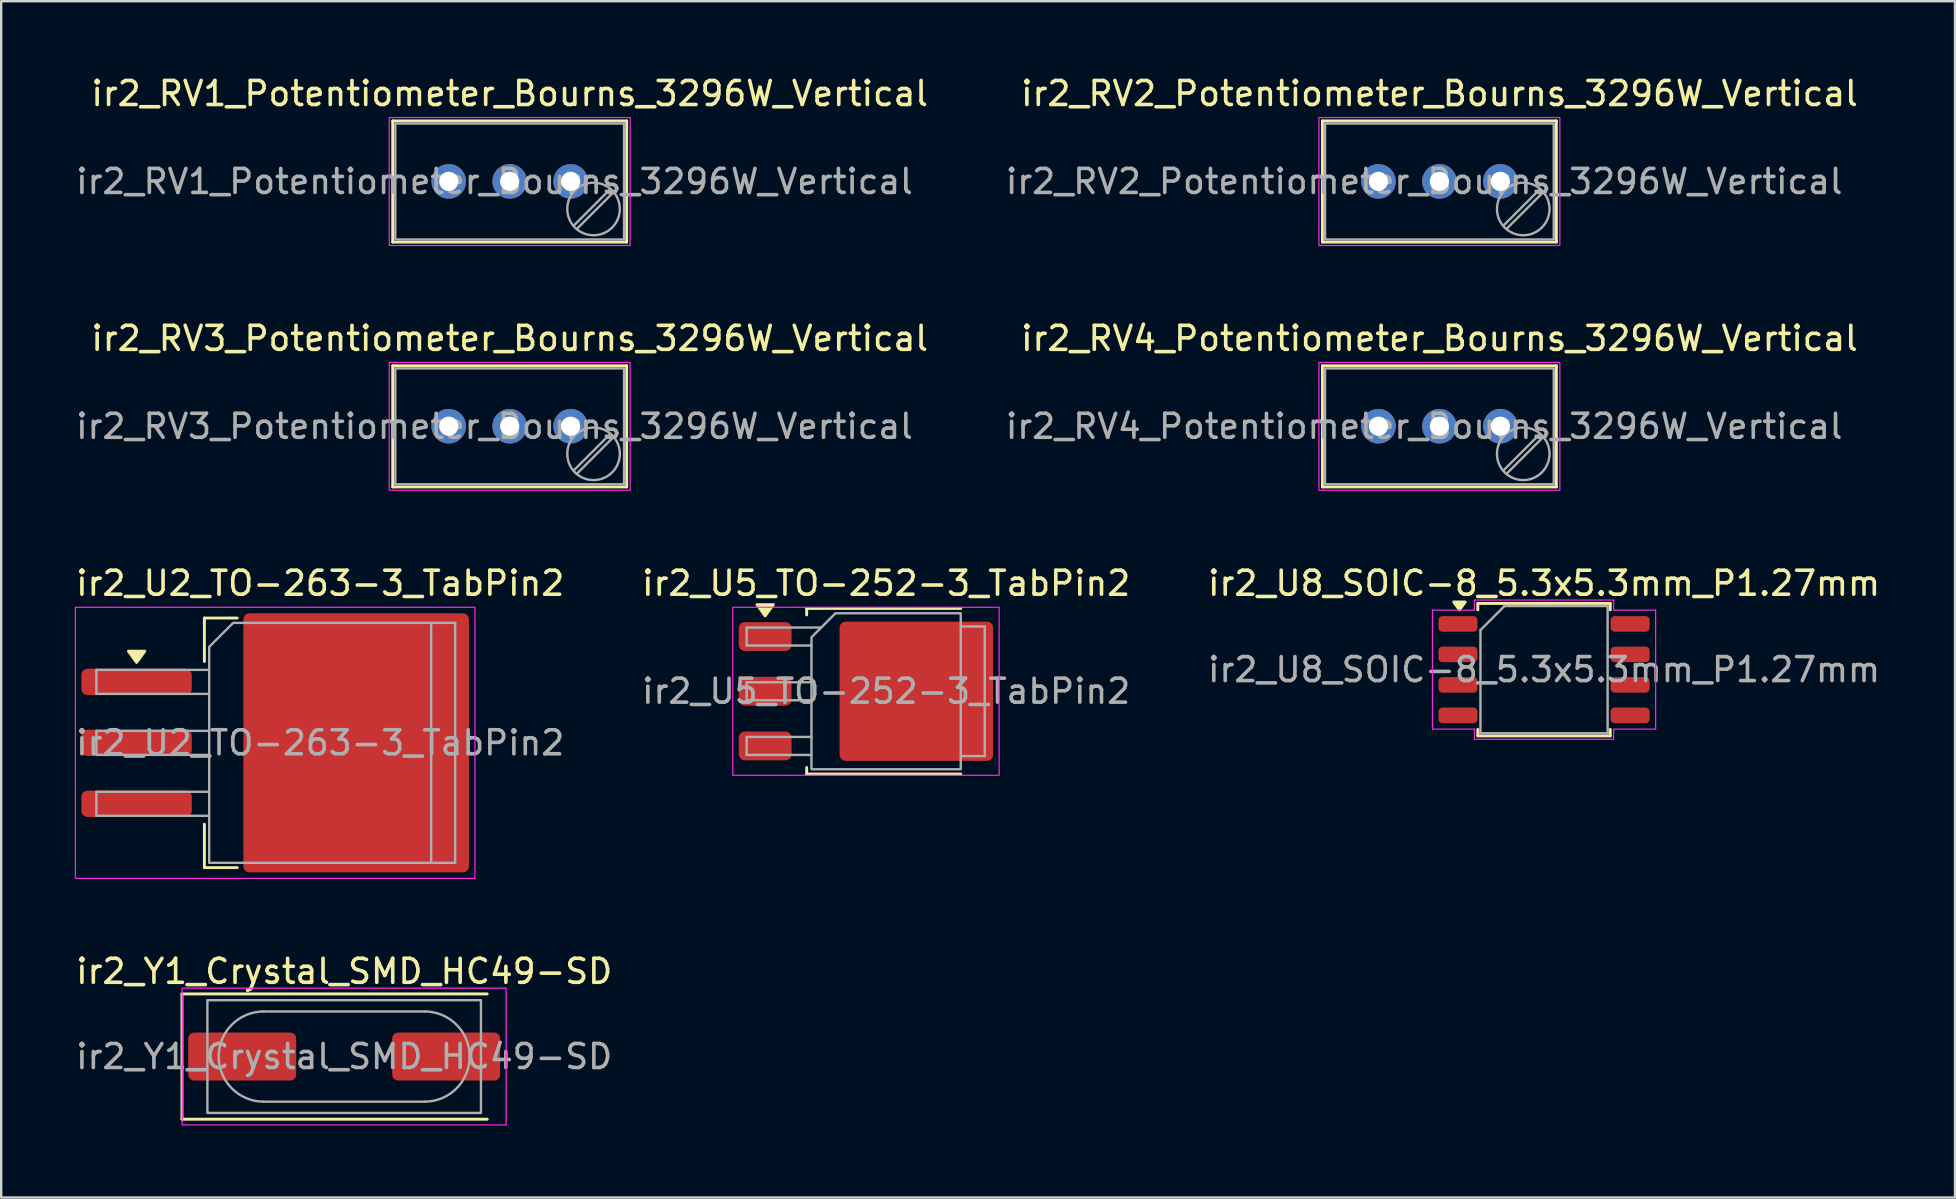
<source format=kicad_pcb>
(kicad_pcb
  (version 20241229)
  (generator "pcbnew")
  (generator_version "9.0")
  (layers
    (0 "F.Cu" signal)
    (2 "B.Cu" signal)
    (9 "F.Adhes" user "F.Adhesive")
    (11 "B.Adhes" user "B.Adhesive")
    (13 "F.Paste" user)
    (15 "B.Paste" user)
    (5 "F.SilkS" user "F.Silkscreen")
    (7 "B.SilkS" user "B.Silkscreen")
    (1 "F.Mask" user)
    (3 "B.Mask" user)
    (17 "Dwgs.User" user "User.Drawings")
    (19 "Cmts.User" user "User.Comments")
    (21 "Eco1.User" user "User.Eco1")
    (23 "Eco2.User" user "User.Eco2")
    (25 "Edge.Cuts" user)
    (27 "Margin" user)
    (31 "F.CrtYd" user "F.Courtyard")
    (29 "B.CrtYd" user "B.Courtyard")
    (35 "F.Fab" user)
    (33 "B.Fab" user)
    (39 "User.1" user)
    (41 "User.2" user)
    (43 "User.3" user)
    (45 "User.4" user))
  (footprint "ir2_U5_TO-252-3_TabPin2"
    (layer "F.Cu")
    (at 33.875 25.755)
    (property "Reference" "ir2_U5_TO-252-3_TabPin2" (at 0 -4.5 0) (layer "F.SilkS") (effects (font (size 1 1) (thickness 0.15))))
    (attr smd)
    (fp_line (start -3.31 -3.45) (end -3.31 -3.18) (stroke (width 0.12) (type solid)) (layer "F.SilkS"))
    (fp_line (start -3.31 3.45) (end -3.31 3.18) (stroke (width 0.12) (type solid)) (layer "F.SilkS"))
    (fp_line (start 3.11 -3.45) (end -3.31 -3.45) (stroke (width 0.12) (type solid)) (layer "F.SilkS"))
    (fp_line (start 3.11 3.45) (end -3.31 3.45) (stroke (width 0.12) (type solid)) (layer "F.SilkS"))
    (fp_poly (pts (xy -5.04 -3.14) (xy -5.38 -3.61) (xy -4.7 -3.61)) (stroke (width 0.12) (type solid)) (fill yes) (layer "F.SilkS"))
    (fp_rect (start -6.39 -3.5) (end 4.71 3.5) (stroke (width 0.05) (type solid)) (fill no) (layer "F.CrtYd"))
    (fp_line (start -5.81 -2.655) (end -5.81 -1.905) (stroke (width 0.1) (type solid)) (layer "F.Fab"))
    (fp_line (start -5.81 -1.905) (end -3.11 -1.905) (stroke (width 0.1) (type solid)) (layer "F.Fab"))
    (fp_line (start -5.81 -0.375) (end -5.81 0.375) (stroke (width 0.1) (type solid)) (layer "F.Fab"))
    (fp_line (start -5.81 0.375) (end -3.11 0.375) (stroke (width 0.1) (type solid)) (layer "F.Fab"))
    (fp_line (start -5.81 1.905) (end -5.81 2.655) (stroke (width 0.1) (type solid)) (layer "F.Fab"))
    (fp_line (start -5.81 2.655) (end -3.11 2.655) (stroke (width 0.1) (type solid)) (layer "F.Fab"))
    (fp_line (start -3.11 -0.375) (end -5.81 -0.375) (stroke (width 0.1) (type solid)) (layer "F.Fab"))
    (fp_line (start -3.11 1.905) (end -5.81 1.905) (stroke (width 0.1) (type solid)) (layer "F.Fab"))
    (fp_line (start -2.705 -2.655) (end -5.81 -2.655) (stroke (width 0.1) (type solid)) (layer "F.Fab"))
    (fp_line (start 3.11 -2.7) (end 4.11 -2.7) (stroke (width 0.1) (type solid)) (layer "F.Fab"))
    (fp_line (start 4.11 -2.7) (end 4.11 2.7) (stroke (width 0.1) (type solid)) (layer "F.Fab"))
    (fp_line (start 4.11 2.7) (end 3.11 2.7) (stroke (width 0.1) (type solid)) (layer "F.Fab"))
    (fp_poly (pts (xy 3.11 -3.25) (xy 3.11 3.25) (xy -3.11 3.25) (xy -3.11 -2.25) (xy -2.11 -3.25)) (stroke (width 0.1) (type solid)) (fill no) (layer "F.Fab"))
    (fp_text user "${REFERENCE}" (at 0 0 0) (layer "F.Fab") (effects (font (size 1 1) (thickness 0.15))))
    (pad "" smd roundrect (at -0.415 -1.525) (size 3.05 2.75) (layers "F.Paste") (roundrect_rratio 0.091))
    (pad "" smd roundrect (at -0.415 1.525) (size 3.05 2.75) (layers "F.Paste") (roundrect_rratio 0.091))
    (pad "" smd roundrect (at 2.935 -1.525) (size 3.05 2.75) (layers "F.Paste") (roundrect_rratio 0.091))
    (pad "" smd roundrect (at 2.935 1.525) (size 3.05 2.75) (layers "F.Paste") (roundrect_rratio 0.091))
    (pad "1" smd roundrect (at -5.04 -2.28) (size 2.2 1.2) (layers "F.Cu" "F.Mask" "F.Paste") (roundrect_rratio 0.208))
    (pad "2" smd roundrect (at -5.04 0) (size 2.2 1.2) (layers "F.Cu" "F.Mask" "F.Paste") (roundrect_rratio 0.208))
    (pad "2" smd roundrect (at 1.26 0) (size 6.4 5.8) (layers "F.Cu" "F.Mask") (roundrect_rratio 0.043))
    (pad "3" smd roundrect (at -5.04 2.28) (size 2.2 1.2) (layers "F.Cu" "F.Mask" "F.Paste") (roundrect_rratio 0.208)))
  (footprint "ir2_Y1_Crystal_SMD_HC49-SD"
    (layer "F.Cu")
    (at 11.292 40.978)
    (property "Reference" "ir2_Y1_Crystal_SMD_HC49-SD" (at 0 -3.55 0) (layer "F.SilkS") (effects (font (size 1 1) (thickness 0.15))))
    (attr smd)
    (fp_line (start -6.76 -2.61) (end -6.76 2.61) (stroke (width 0.12) (type solid)) (layer "F.SilkS"))
    (fp_line (start -6.76 2.61) (end 5.96 2.61) (stroke (width 0.12) (type solid)) (layer "F.SilkS"))
    (fp_line (start 5.96 -2.61) (end -6.76 -2.61) (stroke (width 0.12) (type solid)) (layer "F.SilkS"))
    (fp_rect (start -6.75 -2.85) (end 6.75 2.85) (stroke (width 0.05) (type solid)) (fill no) (layer "F.CrtYd"))
    (fp_line (start -3.35 -1.88) (end 3.35 -1.88) (stroke (width 0.1) (type solid)) (layer "F.Fab"))
    (fp_line (start 3.35 1.88) (end -3.35 1.88) (stroke (width 0.1) (type solid)) (layer "F.Fab"))
    (fp_rect (start -5.7 -2.35) (end 5.7 2.35) (stroke (width 0.1) (type solid)) (fill no) (layer "F.Fab"))
    (fp_arc (start -3.35 1.88) (mid -5.23 0) (end -3.35 -1.88) (stroke (width 0.1) (type solid)) (layer "F.Fab"))
    (fp_arc (start 3.35 -1.88) (mid 5.23 0) (end 3.35 1.88) (stroke (width 0.1) (type solid)) (layer "F.Fab"))
    (fp_text user "${REFERENCE}" (at 0 0 0) (layer "F.Fab") (effects (font (size 1 1) (thickness 0.15))))
    (pad "1" smd roundrect (at -4.25 0) (size 4.5 2) (layers "F.Cu" "F.Mask" "F.Paste") (roundrect_rratio 0.125))
    (pad "2" smd roundrect (at 4.25 0) (size 4.5 2) (layers "F.Cu" "F.Mask" "F.Paste") (roundrect_rratio 0.125)))
  (footprint "ir2_RV3_Potentiometer_Bourns_3296W_Vertical"
    (layer "F.Cu")
    (at 20.729 14.711)
    (property "Reference" "ir2_RV3_Potentiometer_Bourns_3296W_Vertical" (at -2.54 -3.66 0) (layer "F.SilkS") (effects (font (size 1 1) (thickness 0.15))))
    (attr through_hole)
    (fp_line (start -7.415 -2.52) (end 2.335 -2.52) (stroke (width 0.12) (type solid)) (layer "F.SilkS"))
    (fp_line (start -7.415 2.53) (end -7.415 -2.52) (stroke (width 0.12) (type solid)) (layer "F.SilkS"))
    (fp_line (start 2.335 -2.52) (end 2.335 2.53) (stroke (width 0.12) (type solid)) (layer "F.SilkS"))
    (fp_line (start 2.335 2.53) (end -7.415 2.53) (stroke (width 0.12) (type solid)) (layer "F.SilkS"))
    (fp_rect (start -7.56 -2.66) (end 2.48 2.67) (stroke (width 0.05) (type solid)) (fill no) (layer "F.CrtYd"))
    (fp_line (start 1.652 0.32) (end 0.125 1.847) (stroke (width 0.1) (type solid)) (layer "F.Fab"))
    (fp_line (start 1.785 0.453) (end 0.258 1.98) (stroke (width 0.1) (type solid)) (layer "F.Fab"))
    (fp_rect (start -7.305 -2.41) (end 2.225 2.42) (stroke (width 0.1) (type solid)) (fill no) (layer "F.Fab"))
    (fp_circle (center 0.955 1.15) (end 2.05 1.15) (stroke (width 0.1) (type solid)) (fill no) (layer "F.Fab"))
    (fp_text user "${REFERENCE}" (at -3.175 0.005 0) (layer "F.Fab") (effects (font (size 1 1) (thickness 0.15))))
    (pad "1" thru_hole circle (at 0 0) (size 1.44 1.44) (drill 0.8) (layers "*.Cu" "*.Mask"))
    (pad "2" thru_hole circle (at -2.54 0) (size 1.44 1.44) (drill 0.8) (layers "*.Cu" "*.Mask"))
    (pad "3" thru_hole circle (at -5.08 0) (size 1.44 1.44) (drill 0.8) (layers "*.Cu" "*.Mask")))
  (footprint "ir2_RV1_Potentiometer_Bourns_3296W_Vertical"
    (layer "F.Cu")
    (at 20.729 4.508)
    (property "Reference" "ir2_RV1_Potentiometer_Bourns_3296W_Vertical" (at -2.54 -3.66 0) (layer "F.SilkS") (effects (font (size 1 1) (thickness 0.15))))
    (attr through_hole)
    (fp_line (start -7.415 -2.52) (end 2.335 -2.52) (stroke (width 0.12) (type solid)) (layer "F.SilkS"))
    (fp_line (start -7.415 2.53) (end -7.415 -2.52) (stroke (width 0.12) (type solid)) (layer "F.SilkS"))
    (fp_line (start 2.335 -2.52) (end 2.335 2.53) (stroke (width 0.12) (type solid)) (layer "F.SilkS"))
    (fp_line (start 2.335 2.53) (end -7.415 2.53) (stroke (width 0.12) (type solid)) (layer "F.SilkS"))
    (fp_rect (start -7.56 -2.66) (end 2.48 2.67) (stroke (width 0.05) (type solid)) (fill no) (layer "F.CrtYd"))
    (fp_line (start 1.652 0.32) (end 0.125 1.847) (stroke (width 0.1) (type solid)) (layer "F.Fab"))
    (fp_line (start 1.785 0.453) (end 0.258 1.98) (stroke (width 0.1) (type solid)) (layer "F.Fab"))
    (fp_rect (start -7.305 -2.41) (end 2.225 2.42) (stroke (width 0.1) (type solid)) (fill no) (layer "F.Fab"))
    (fp_circle (center 0.955 1.15) (end 2.05 1.15) (stroke (width 0.1) (type solid)) (fill no) (layer "F.Fab"))
    (fp_text user "${REFERENCE}" (at -3.175 0.005 0) (layer "F.Fab") (effects (font (size 1 1) (thickness 0.15))))
    (pad "1" thru_hole circle (at 0 0) (size 1.44 1.44) (drill 0.8) (layers "*.Cu" "*.Mask"))
    (pad "2" thru_hole circle (at -2.54 0) (size 1.44 1.44) (drill 0.8) (layers "*.Cu" "*.Mask"))
    (pad "3" thru_hole circle (at -5.08 0) (size 1.44 1.44) (drill 0.8) (layers "*.Cu" "*.Mask")))
  (footprint "ir2_U8_SOIC-8_5.3x5.3mm_P1.27mm"
    (layer "F.Cu")
    (at 61.292 24.855)
    (property "Reference" "ir2_U8_SOIC-8_5.3x5.3mm_P1.27mm" (at 0 -3.6 0) (layer "F.SilkS") (effects (font (size 1 1) (thickness 0.15))))
    (attr smd)
    (fp_line (start -2.76 -2.76) (end -2.76 -2.49) (stroke (width 0.12) (type solid)) (layer "F.SilkS"))
    (fp_line (start -2.76 2.76) (end -2.76 2.49) (stroke (width 0.12) (type solid)) (layer "F.SilkS"))
    (fp_line (start 0 -2.76) (end -2.76 -2.76) (stroke (width 0.12) (type solid)) (layer "F.SilkS"))
    (fp_line (start 0 -2.76) (end 2.76 -2.76) (stroke (width 0.12) (type solid)) (layer "F.SilkS"))
    (fp_line (start 0 2.76) (end -2.76 2.76) (stroke (width 0.12) (type solid)) (layer "F.SilkS"))
    (fp_line (start 0 2.76) (end 2.76 2.76) (stroke (width 0.12) (type solid)) (layer "F.SilkS"))
    (fp_line (start 2.76 -2.76) (end 2.76 -2.49) (stroke (width 0.12) (type solid)) (layer "F.SilkS"))
    (fp_line (start 2.76 2.76) (end 2.76 2.49) (stroke (width 0.12) (type solid)) (layer "F.SilkS"))
    (fp_poly (pts (xy -3.525 -2.49) (xy -3.765 -2.82) (xy -3.285 -2.82)) (stroke (width 0.12) (type solid)) (fill yes) (layer "F.SilkS"))
    (fp_line (start -4.65 -2.48) (end -2.9 -2.48) (stroke (width 0.05) (type solid)) (layer "F.CrtYd"))
    (fp_line (start -4.65 2.48) (end -4.65 -2.48) (stroke (width 0.05) (type solid)) (layer "F.CrtYd"))
    (fp_line (start -2.9 -2.9) (end 2.9 -2.9) (stroke (width 0.05) (type solid)) (layer "F.CrtYd"))
    (fp_line (start -2.9 -2.48) (end -2.9 -2.9) (stroke (width 0.05) (type solid)) (layer "F.CrtYd"))
    (fp_line (start -2.9 2.48) (end -4.65 2.48) (stroke (width 0.05) (type solid)) (layer "F.CrtYd"))
    (fp_line (start -2.9 2.9) (end -2.9 2.48) (stroke (width 0.05) (type solid)) (layer "F.CrtYd"))
    (fp_line (start 2.9 -2.9) (end 2.9 -2.48) (stroke (width 0.05) (type solid)) (layer "F.CrtYd"))
    (fp_line (start 2.9 -2.48) (end 4.65 -2.48) (stroke (width 0.05) (type solid)) (layer "F.CrtYd"))
    (fp_line (start 2.9 2.48) (end 2.9 2.9) (stroke (width 0.05) (type solid)) (layer "F.CrtYd"))
    (fp_line (start 2.9 2.9) (end -2.9 2.9) (stroke (width 0.05) (type solid)) (layer "F.CrtYd"))
    (fp_line (start 4.65 -2.48) (end 4.65 2.48) (stroke (width 0.05) (type solid)) (layer "F.CrtYd"))
    (fp_line (start 4.65 2.48) (end 2.9 2.48) (stroke (width 0.05) (type solid)) (layer "F.CrtYd"))
    (fp_line (start -2.65 -1.65) (end -1.65 -2.65) (stroke (width 0.1) (type solid)) (layer "F.Fab"))
    (fp_line (start -2.65 2.65) (end -2.65 -1.65) (stroke (width 0.1) (type solid)) (layer "F.Fab"))
    (fp_line (start -1.65 -2.65) (end 2.65 -2.65) (stroke (width 0.1) (type solid)) (layer "F.Fab"))
    (fp_line (start 2.65 -2.65) (end 2.65 2.65) (stroke (width 0.1) (type solid)) (layer "F.Fab"))
    (fp_line (start 2.65 2.65) (end -2.65 2.65) (stroke (width 0.1) (type solid)) (layer "F.Fab"))
    (fp_text user "${REFERENCE}" (at 0 0 0) (layer "F.Fab") (effects (font (size 1 1) (thickness 0.15))))
    (pad "1" smd roundrect (at -3.587 -1.905) (size 1.625 0.65) (layers "F.Cu" "F.Mask" "F.Paste") (roundrect_rratio 0.25))
    (pad "2" smd roundrect (at -3.587 -0.635) (size 1.625 0.65) (layers "F.Cu" "F.Mask" "F.Paste") (roundrect_rratio 0.25))
    (pad "3" smd roundrect (at -3.587 0.635) (size 1.625 0.65) (layers "F.Cu" "F.Mask" "F.Paste") (roundrect_rratio 0.25))
    (pad "4" smd roundrect (at -3.587 1.905) (size 1.625 0.65) (layers "F.Cu" "F.Mask" "F.Paste") (roundrect_rratio 0.25))
    (pad "5" smd roundrect (at 3.587 1.905) (size 1.625 0.65) (layers "F.Cu" "F.Mask" "F.Paste") (roundrect_rratio 0.25))
    (pad "6" smd roundrect (at 3.587 0.635) (size 1.625 0.65) (layers "F.Cu" "F.Mask" "F.Paste") (roundrect_rratio 0.25))
    (pad "7" smd roundrect (at 3.587 -0.635) (size 1.625 0.65) (layers "F.Cu" "F.Mask" "F.Paste") (roundrect_rratio 0.25))
    (pad "8" smd roundrect (at 3.587 -1.905) (size 1.625 0.65) (layers "F.Cu" "F.Mask" "F.Paste") (roundrect_rratio 0.25)))
  (footprint "ir2_RV2_Potentiometer_Bourns_3296W_Vertical"
    (layer "F.Cu")
    (at 59.471 4.508)
    (property "Reference" "ir2_RV2_Potentiometer_Bourns_3296W_Vertical" (at -2.54 -3.66 0) (layer "F.SilkS") (effects (font (size 1 1) (thickness 0.15))))
    (attr through_hole)
    (fp_line (start -7.415 -2.52) (end 2.335 -2.52) (stroke (width 0.12) (type solid)) (layer "F.SilkS"))
    (fp_line (start -7.415 2.53) (end -7.415 -2.52) (stroke (width 0.12) (type solid)) (layer "F.SilkS"))
    (fp_line (start 2.335 -2.52) (end 2.335 2.53) (stroke (width 0.12) (type solid)) (layer "F.SilkS"))
    (fp_line (start 2.335 2.53) (end -7.415 2.53) (stroke (width 0.12) (type solid)) (layer "F.SilkS"))
    (fp_rect (start -7.56 -2.66) (end 2.48 2.67) (stroke (width 0.05) (type solid)) (fill no) (layer "F.CrtYd"))
    (fp_line (start 1.652 0.32) (end 0.125 1.847) (stroke (width 0.1) (type solid)) (layer "F.Fab"))
    (fp_line (start 1.785 0.453) (end 0.258 1.98) (stroke (width 0.1) (type solid)) (layer "F.Fab"))
    (fp_rect (start -7.305 -2.41) (end 2.225 2.42) (stroke (width 0.1) (type solid)) (fill no) (layer "F.Fab"))
    (fp_circle (center 0.955 1.15) (end 2.05 1.15) (stroke (width 0.1) (type solid)) (fill no) (layer "F.Fab"))
    (fp_text user "${REFERENCE}" (at -3.175 0.005 0) (layer "F.Fab") (effects (font (size 1 1) (thickness 0.15))))
    (pad "1" thru_hole circle (at 0 0) (size 1.44 1.44) (drill 0.8) (layers "*.Cu" "*.Mask"))
    (pad "2" thru_hole circle (at -2.54 0) (size 1.44 1.44) (drill 0.8) (layers "*.Cu" "*.Mask"))
    (pad "3" thru_hole circle (at -5.08 0) (size 1.44 1.44) (drill 0.8) (layers "*.Cu" "*.Mask")))
  (footprint "ir2_RV4_Potentiometer_Bourns_3296W_Vertical"
    (layer "F.Cu")
    (at 59.471 14.711)
    (property "Reference" "ir2_RV4_Potentiometer_Bourns_3296W_Vertical" (at -2.54 -3.66 0) (layer "F.SilkS") (effects (font (size 1 1) (thickness 0.15))))
    (attr through_hole)
    (fp_line (start -7.415 -2.52) (end 2.335 -2.52) (stroke (width 0.12) (type solid)) (layer "F.SilkS"))
    (fp_line (start -7.415 2.53) (end -7.415 -2.52) (stroke (width 0.12) (type solid)) (layer "F.SilkS"))
    (fp_line (start 2.335 -2.52) (end 2.335 2.53) (stroke (width 0.12) (type solid)) (layer "F.SilkS"))
    (fp_line (start 2.335 2.53) (end -7.415 2.53) (stroke (width 0.12) (type solid)) (layer "F.SilkS"))
    (fp_rect (start -7.56 -2.66) (end 2.48 2.67) (stroke (width 0.05) (type solid)) (fill no) (layer "F.CrtYd"))
    (fp_line (start 1.652 0.32) (end 0.125 1.847) (stroke (width 0.1) (type solid)) (layer "F.Fab"))
    (fp_line (start 1.785 0.453) (end 0.258 1.98) (stroke (width 0.1) (type solid)) (layer "F.Fab"))
    (fp_rect (start -7.305 -2.41) (end 2.225 2.42) (stroke (width 0.1) (type solid)) (fill no) (layer "F.Fab"))
    (fp_circle (center 0.955 1.15) (end 2.05 1.15) (stroke (width 0.1) (type solid)) (fill no) (layer "F.Fab"))
    (fp_text user "${REFERENCE}" (at -3.175 0.005 0) (layer "F.Fab") (effects (font (size 1 1) (thickness 0.15))))
    (pad "1" thru_hole circle (at 0 0) (size 1.44 1.44) (drill 0.8) (layers "*.Cu" "*.Mask"))
    (pad "2" thru_hole circle (at -2.54 0) (size 1.44 1.44) (drill 0.8) (layers "*.Cu" "*.Mask"))
    (pad "3" thru_hole circle (at -5.08 0) (size 1.44 1.44) (drill 0.8) (layers "*.Cu" "*.Mask")))
  (footprint "ir2_U2_TO-263-3_TabPin2"
    (layer "F.Cu")
    (at 10.292 27.905)
    (property "Reference" "ir2_U2_TO-263-3_TabPin2" (at 0 -6.65 0) (layer "F.SilkS") (effects (font (size 1 1) (thickness 0.15))))
    (attr smd)
    (fp_line (start -4.825 -5.2) (end -4.825 -3.39) (stroke (width 0.12) (type solid)) (layer "F.SilkS"))
    (fp_line (start -4.825 5.2) (end -4.825 3.39) (stroke (width 0.12) (type solid)) (layer "F.SilkS"))
    (fp_line (start -3.46 -5.2) (end -4.825 -5.2) (stroke (width 0.12) (type solid)) (layer "F.SilkS"))
    (fp_line (start -3.46 5.2) (end -4.825 5.2) (stroke (width 0.12) (type solid)) (layer "F.SilkS"))
    (fp_poly (pts (xy -7.65 -3.35) (xy -7.99 -3.82) (xy -7.31 -3.82)) (stroke (width 0.12) (type solid)) (fill yes) (layer "F.SilkS"))
    (fp_rect (start -10.2 -5.65) (end 6.45 5.65) (stroke (width 0.05) (type solid)) (fill no) (layer "F.CrtYd"))
    (fp_line (start -9.325 -3.04) (end -9.325 -2.04) (stroke (width 0.1) (type solid)) (layer "F.Fab"))
    (fp_line (start -9.325 -2.04) (end -4.625 -2.04) (stroke (width 0.1) (type solid)) (layer "F.Fab"))
    (fp_line (start -9.325 -0.5) (end -9.325 0.5) (stroke (width 0.1) (type solid)) (layer "F.Fab"))
    (fp_line (start -9.325 0.5) (end -4.625 0.5) (stroke (width 0.1) (type solid)) (layer "F.Fab"))
    (fp_line (start -9.325 2.04) (end -9.325 3.04) (stroke (width 0.1) (type solid)) (layer "F.Fab"))
    (fp_line (start -9.325 3.04) (end -4.625 3.04) (stroke (width 0.1) (type solid)) (layer "F.Fab"))
    (fp_line (start -4.625 -3.04) (end -9.325 -3.04) (stroke (width 0.1) (type solid)) (layer "F.Fab"))
    (fp_line (start -4.625 -0.5) (end -9.325 -0.5) (stroke (width 0.1) (type solid)) (layer "F.Fab"))
    (fp_line (start -4.625 2.04) (end -9.325 2.04) (stroke (width 0.1) (type solid)) (layer "F.Fab"))
    (fp_line (start 4.625 -5) (end 5.625 -5) (stroke (width 0.1) (type solid)) (layer "F.Fab"))
    (fp_line (start 5.625 -5) (end 5.625 5) (stroke (width 0.1) (type solid)) (layer "F.Fab"))
    (fp_line (start 5.625 5) (end 4.625 5) (stroke (width 0.1) (type solid)) (layer "F.Fab"))
    (fp_poly (pts (xy 4.625 -5) (xy 4.625 5) (xy -4.625 5) (xy -4.625 -4) (xy -3.625 -5)) (stroke (width 0.1) (type solid)) (fill no) (layer "F.Fab"))
    (fp_text user "${REFERENCE}" (at 0 0 0) (layer "F.Fab") (effects (font (size 1 1) (thickness 0.15))))
    (pad "" smd roundrect (at -0.925 -2.775) (size 4.55 5.25) (layers "F.Paste") (roundrect_rratio 0.055))
    (pad "" smd roundrect (at -0.925 2.775) (size 4.55 5.25) (layers "F.Paste") (roundrect_rratio 0.055))
    (pad "" smd roundrect (at 3.925 -2.775) (size 4.55 5.25) (layers "F.Paste") (roundrect_rratio 0.055))
    (pad "" smd roundrect (at 3.925 2.775) (size 4.55 5.25) (layers "F.Paste") (roundrect_rratio 0.055))
    (pad "1" smd roundrect (at -7.65 -2.54) (size 4.6 1.1) (layers "F.Cu" "F.Mask" "F.Paste") (roundrect_rratio 0.227))
    (pad "2" smd roundrect (at -7.65 0) (size 4.6 1.1) (layers "F.Cu" "F.Mask" "F.Paste") (roundrect_rratio 0.227))
    (pad "2" smd roundrect (at 1.5 0) (size 9.4 10.8) (layers "F.Cu" "F.Mask") (roundrect_rratio 0.027))
    (pad "3" smd roundrect (at -7.65 2.54) (size 4.6 1.1) (layers "F.Cu" "F.Mask" "F.Paste") (roundrect_rratio 0.227)))
  (gr_rect
    (start -3 -3)
    (end 78.417 46.853)
    (stroke (width 0.1) (type default))
    (fill no)
    (layer "Edge.Cuts")))
</source>
